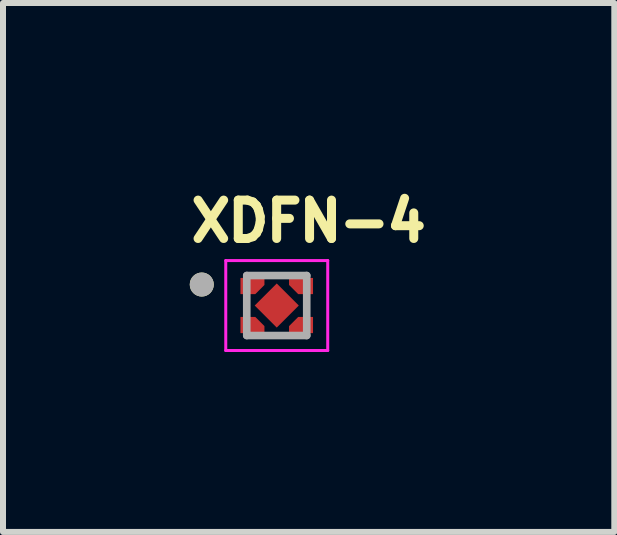
<source format=kicad_pcb>
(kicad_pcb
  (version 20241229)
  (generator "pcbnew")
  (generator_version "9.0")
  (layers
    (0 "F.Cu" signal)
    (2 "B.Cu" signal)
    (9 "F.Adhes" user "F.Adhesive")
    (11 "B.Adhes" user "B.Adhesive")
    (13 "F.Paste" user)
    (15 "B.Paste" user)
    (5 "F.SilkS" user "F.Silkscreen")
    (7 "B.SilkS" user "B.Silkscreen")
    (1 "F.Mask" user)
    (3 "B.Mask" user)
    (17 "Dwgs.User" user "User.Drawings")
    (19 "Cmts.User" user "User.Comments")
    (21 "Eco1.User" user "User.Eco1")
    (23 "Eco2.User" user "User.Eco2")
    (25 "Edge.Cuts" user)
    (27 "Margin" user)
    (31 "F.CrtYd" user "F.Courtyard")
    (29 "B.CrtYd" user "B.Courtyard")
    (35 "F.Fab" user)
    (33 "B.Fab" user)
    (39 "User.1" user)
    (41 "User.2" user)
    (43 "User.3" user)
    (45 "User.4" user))
  (footprint "XDFN-4"
    (layer "F.Cu")
    (at 1.564 2.044)
    (property "Reference" "XDFN-4" (at 0.532 -1.406 0) (layer "F.SilkS") (effects (font (size 0.64 0.64) (thickness 0.15))))
    (attr smd)
    (fp_poly (pts (xy -0.31 -0.31) (xy 0.31 -0.31) (xy 0.31 0.31) (xy -0.31 0.31)) (stroke (width 0.01) (type solid)) (fill yes) (layer "F.Mask"))
    (fp_poly (pts (xy -0.65 -0.505) (xy -0.16 -0.505) (xy -0.16 -0.32) (xy -0.335 -0.145) (xy -0.65 -0.145)) (stroke (width 0.01) (type solid)) (fill yes) (layer "F.Mask"))
    (fp_poly (pts (xy -0.65 0.505) (xy -0.16 0.505) (xy -0.16 0.32) (xy -0.335 0.145) (xy -0.65 0.145)) (stroke (width 0.01) (type solid)) (fill yes) (layer "F.Mask"))
    (fp_poly (pts (xy 0.65 -0.505) (xy 0.16 -0.505) (xy 0.16 -0.32) (xy 0.335 -0.145) (xy 0.65 -0.145)) (stroke (width 0.01) (type solid)) (fill yes) (layer "F.Mask"))
    (fp_poly (pts (xy 0.65 0.505) (xy 0.16 0.505) (xy 0.16 0.32) (xy 0.335 0.145) (xy 0.65 0.145)) (stroke (width 0.01) (type solid)) (fill yes) (layer "F.Mask"))
    (fp_circle (center -1.25 -0.35) (end -1.15 -0.35) (stroke (width 0.2) (type solid)) (fill no) (layer "F.SilkS"))
    (fp_poly (pts (xy -0.6 -0.455) (xy -0.21 -0.455) (xy -0.21 -0.345) (xy -0.36 -0.195) (xy -0.6 -0.195)) (stroke (width 0.01) (type solid)) (fill yes) (layer "F.Paste"))
    (fp_poly (pts (xy -0.6 0.455) (xy -0.21 0.455) (xy -0.21 0.345) (xy -0.36 0.195) (xy -0.6 0.195)) (stroke (width 0.01) (type solid)) (fill yes) (layer "F.Paste"))
    (fp_poly (pts (xy 0.6 -0.455) (xy 0.21 -0.455) (xy 0.21 -0.345) (xy 0.36 -0.195) (xy 0.6 -0.195)) (stroke (width 0.01) (type solid)) (fill yes) (layer "F.Paste"))
    (fp_poly (pts (xy 0.6 0.455) (xy 0.21 0.455) (xy 0.21 0.345) (xy 0.36 0.195) (xy 0.6 0.195)) (stroke (width 0.01) (type solid)) (fill yes) (layer "F.Paste"))
    (fp_line (start -0.85 -0.75) (end 0.85 -0.75) (stroke (width 0.05) (type solid)) (layer "F.CrtYd"))
    (fp_line (start -0.85 0.75) (end -0.85 -0.75) (stroke (width 0.05) (type solid)) (layer "F.CrtYd"))
    (fp_line (start 0.85 -0.75) (end 0.85 0.75) (stroke (width 0.05) (type solid)) (layer "F.CrtYd"))
    (fp_line (start 0.85 0.75) (end -0.85 0.75) (stroke (width 0.05) (type solid)) (layer "F.CrtYd"))
    (fp_line (start -0.5 -0.5) (end -0.5 0.5) (stroke (width 0.127) (type solid)) (layer "F.Fab"))
    (fp_line (start -0.5 0.5) (end 0.5 0.5) (stroke (width 0.127) (type solid)) (layer "F.Fab"))
    (fp_line (start 0.5 -0.5) (end -0.5 -0.5) (stroke (width 0.127) (type solid)) (layer "F.Fab"))
    (fp_line (start 0.5 0.5) (end 0.5 -0.5) (stroke (width 0.127) (type solid)) (layer "F.Fab"))
    (fp_circle (center -1.25 -0.35) (end -1.15 -0.35) (stroke (width 0.2) (type solid)) (fill no) (layer "F.Fab"))
    (pad "1" smd custom (at -0.405 -0.325) (size 0.1 0.1) (layers "F.Cu") (options (anchor rect)) (primitives (gr_poly (pts (xy -0.195 -0.13) (xy 0.195 -0.13) (xy 0.195 -0.02) (xy 0.045 0.13) (xy -0.195 0.13)) (width 0.01) (fill yes))))
    (pad "2" smd custom (at -0.405 0.325) (size 0.1 0.1) (layers "F.Cu") (options (anchor rect)) (primitives (gr_poly (pts (xy -0.195 0.13) (xy 0.195 0.13) (xy 0.195 0.02) (xy 0.045 -0.13) (xy -0.195 -0.13)) (width 0.01) (fill yes))))
    (pad "3" smd custom (at 0.405 0.325) (size 0.1 0.1) (layers "F.Cu") (options (anchor rect)) (primitives (gr_poly (pts (xy 0.195 0.13) (xy -0.195 0.13) (xy -0.195 0.02) (xy -0.045 -0.13) (xy 0.195 -0.13)) (width 0.01) (fill yes))))
    (pad "4" smd custom (at 0.405 -0.325) (size 0.1 0.1) (layers "F.Cu") (options (anchor rect)) (primitives (gr_poly (pts (xy 0.195 -0.13) (xy -0.195 -0.13) (xy -0.195 -0.02) (xy -0.045 0.13) (xy 0.195 0.13)) (width 0.01) (fill yes))))
    (pad "5" smd rect (at 0 0 45) (size 0.52 0.52) (layers "F.Cu" "F.Paste")))
  (gr_rect
    (start -3 -3)
    (end 7.192 5.819)
    (stroke (width 0.1) (type default))
    (fill no)
    (layer "Edge.Cuts")))
</source>
